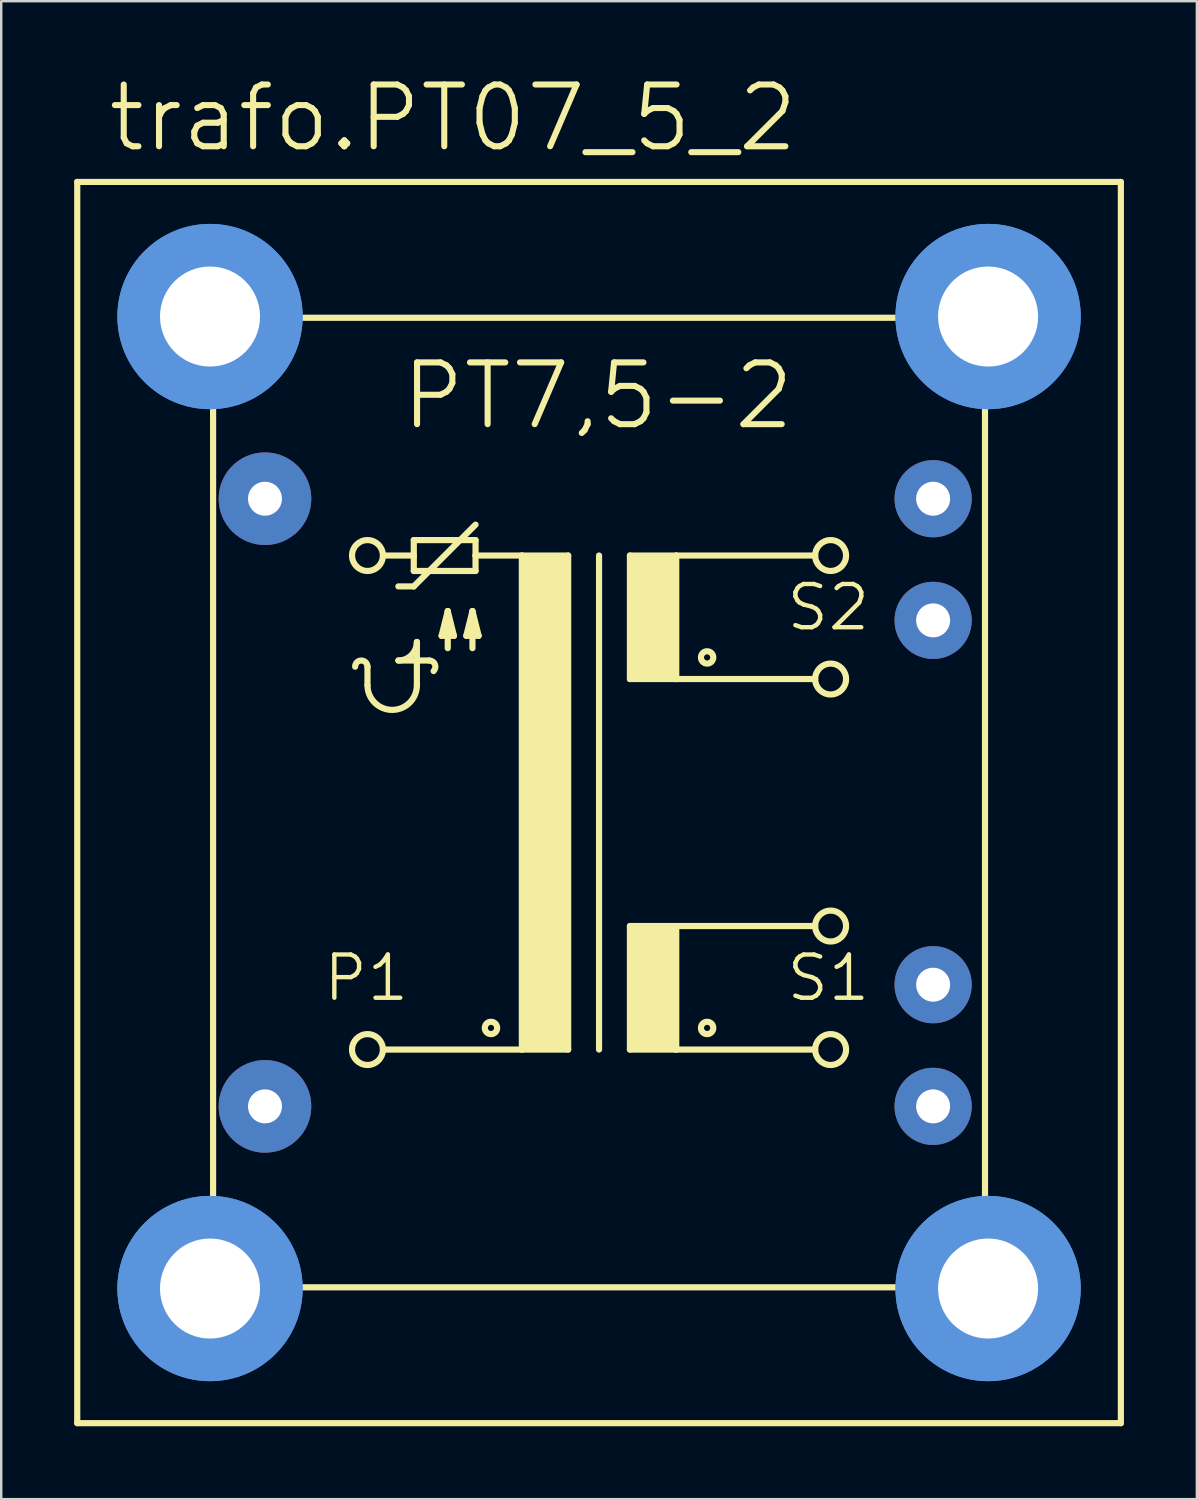
<source format=kicad_pcb>
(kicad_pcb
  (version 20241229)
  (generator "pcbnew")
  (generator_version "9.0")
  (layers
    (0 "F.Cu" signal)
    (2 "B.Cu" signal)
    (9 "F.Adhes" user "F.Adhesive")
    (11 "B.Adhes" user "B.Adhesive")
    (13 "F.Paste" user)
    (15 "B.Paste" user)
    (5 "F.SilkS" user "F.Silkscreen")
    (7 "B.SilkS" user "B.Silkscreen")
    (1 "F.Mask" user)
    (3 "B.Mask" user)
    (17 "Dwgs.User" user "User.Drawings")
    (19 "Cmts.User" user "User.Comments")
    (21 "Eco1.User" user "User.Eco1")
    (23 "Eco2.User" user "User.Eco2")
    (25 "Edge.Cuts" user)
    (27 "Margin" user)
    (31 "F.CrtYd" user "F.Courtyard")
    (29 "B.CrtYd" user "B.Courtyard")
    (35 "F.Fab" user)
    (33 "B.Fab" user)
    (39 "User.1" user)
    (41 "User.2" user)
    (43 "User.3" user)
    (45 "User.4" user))
  (footprint "trafo.PT07_5_2"
    (layer "F.Cu")
    (at 21.59 29.96)
    (property "Reference" "trafo.PT07_5_2" (at -20.32 -26.67 0) (layer "F.SilkS") (effects (font (size 2.54 2.54) (thickness 0.25)) (justify left bottom)))
    (attr through_hole)
    (fp_line (start -21.463 25.527) (end -21.463 -25.527) (stroke (width 0.254) (type default)) (layer "F.SilkS"))
    (fp_line (start -21.463 25.527) (end 21.463 25.527) (stroke (width 0.254) (type default)) (layer "F.SilkS"))
    (fp_line (start -15.875 17.653) (end -15.875 -17.653) (stroke (width 0.254) (type default)) (layer "F.SilkS"))
    (fp_line (start -13.716 -19.939) (end 13.716 -19.939) (stroke (width 0.254) (type default)) (layer "F.SilkS"))
    (fp_line (start -9.525 -4.826) (end -9.525 -5.588) (stroke (width 0.254) (type default)) (layer "F.SilkS"))
    (fp_line (start -8.89 -10.16) (end -7.62 -10.16) (stroke (width 0.254) (type default)) (layer "F.SilkS"))
    (fp_line (start -8.255 -8.89) (end -7.62 -8.89) (stroke (width 0.254) (type default)) (layer "F.SilkS"))
    (fp_line (start -8.255 -5.842) (end -6.985 -5.842) (stroke (width 0.254) (type default)) (layer "F.SilkS"))
    (fp_line (start -7.62 -10.795) (end -7.62 -10.16) (stroke (width 0.254) (type default)) (layer "F.SilkS"))
    (fp_line (start -7.62 -10.16) (end -7.62 -9.525) (stroke (width 0.254) (type default)) (layer "F.SilkS"))
    (fp_line (start -7.62 -9.525) (end -5.08 -9.525) (stroke (width 0.254) (type default)) (layer "F.SilkS"))
    (fp_line (start -7.62 -8.89) (end -5.08 -11.43) (stroke (width 0.254) (type default)) (layer "F.SilkS"))
    (fp_line (start -7.493 -4.826) (end -7.493 -6.604) (stroke (width 0.254) (type default)) (layer "F.SilkS"))
    (fp_line (start -6.477 -6.858) (end -5.969 -6.858) (stroke (width 0.254) (type default)) (layer "F.SilkS"))
    (fp_line (start -6.223 -7.874) (end -6.477 -6.858) (stroke (width 0.254) (type default)) (layer "F.SilkS"))
    (fp_line (start -6.223 -6.35) (end -6.223 -7.874) (stroke (width 0.254) (type default)) (layer "F.SilkS"))
    (fp_line (start -5.969 -6.858) (end -6.223 -7.874) (stroke (width 0.254) (type default)) (layer "F.SilkS"))
    (fp_line (start -5.461 -6.858) (end -4.953 -6.858) (stroke (width 0.254) (type default)) (layer "F.SilkS"))
    (fp_line (start -5.207 -7.874) (end -5.461 -6.858) (stroke (width 0.254) (type default)) (layer "F.SilkS"))
    (fp_line (start -5.207 -6.35) (end -5.207 -7.874) (stroke (width 0.254) (type default)) (layer "F.SilkS"))
    (fp_line (start -5.08 -10.795) (end -7.62 -10.795) (stroke (width 0.254) (type default)) (layer "F.SilkS"))
    (fp_line (start -5.08 -10.16) (end -5.08 -10.795) (stroke (width 0.254) (type default)) (layer "F.SilkS"))
    (fp_line (start -5.08 -10.16) (end -3.175 -10.16) (stroke (width 0.254) (type default)) (layer "F.SilkS"))
    (fp_line (start -5.08 -9.525) (end -5.08 -10.16) (stroke (width 0.254) (type default)) (layer "F.SilkS"))
    (fp_line (start -4.953 -6.858) (end -5.207 -7.874) (stroke (width 0.254) (type default)) (layer "F.SilkS"))
    (fp_line (start -3.175 -10.16) (end -3.175 10.16) (stroke (width 0.254) (type default)) (layer "F.SilkS"))
    (fp_line (start -3.175 -10.16) (end -1.27 -10.16) (stroke (width 0.254) (type default)) (layer "F.SilkS"))
    (fp_line (start -3.175 10.16) (end -8.89 10.16) (stroke (width 0.254) (type default)) (layer "F.SilkS"))
    (fp_line (start -1.27 -10.16) (end -1.27 10.16) (stroke (width 0.254) (type default)) (layer "F.SilkS"))
    (fp_line (start -1.27 10.16) (end -3.175 10.16) (stroke (width 0.254) (type default)) (layer "F.SilkS"))
    (fp_line (start 0 -10.16) (end 0 10.16) (stroke (width 0.254) (type default)) (layer "F.SilkS"))
    (fp_line (start 1.27 -10.16) (end 1.27 -5.08) (stroke (width 0.254) (type default)) (layer "F.SilkS"))
    (fp_line (start 1.27 -10.16) (end 3.175 -10.16) (stroke (width 0.254) (type default)) (layer "F.SilkS"))
    (fp_line (start 1.27 -5.08) (end 3.175 -5.08) (stroke (width 0.254) (type default)) (layer "F.SilkS"))
    (fp_line (start 1.27 5.08) (end 1.27 10.16) (stroke (width 0.254) (type default)) (layer "F.SilkS"))
    (fp_line (start 1.27 5.08) (end 3.175 5.08) (stroke (width 0.254) (type default)) (layer "F.SilkS"))
    (fp_line (start 1.27 10.16) (end 3.175 10.16) (stroke (width 0.254) (type default)) (layer "F.SilkS"))
    (fp_line (start 3.175 -10.16) (end 8.89 -10.16) (stroke (width 0.254) (type default)) (layer "F.SilkS"))
    (fp_line (start 3.175 -5.08) (end 3.175 -10.16) (stroke (width 0.254) (type default)) (layer "F.SilkS"))
    (fp_line (start 3.175 -5.08) (end 8.89 -5.08) (stroke (width 0.254) (type default)) (layer "F.SilkS"))
    (fp_line (start 3.175 5.08) (end 8.89 5.08) (stroke (width 0.254) (type default)) (layer "F.SilkS"))
    (fp_line (start 3.175 10.16) (end 3.175 5.08) (stroke (width 0.254) (type default)) (layer "F.SilkS"))
    (fp_line (start 3.175 10.16) (end 8.89 10.16) (stroke (width 0.254) (type default)) (layer "F.SilkS"))
    (fp_line (start 13.716 19.939) (end -13.716 19.939) (stroke (width 0.254) (type default)) (layer "F.SilkS"))
    (fp_line (start 15.875 -17.653) (end 15.875 17.653) (stroke (width 0.254) (type default)) (layer "F.SilkS"))
    (fp_line (start 21.463 -25.527) (end -21.463 -25.527) (stroke (width 0.254) (type default)) (layer "F.SilkS"))
    (fp_line (start 21.463 -25.527) (end 21.463 25.527) (stroke (width 0.254) (type default)) (layer "F.SilkS"))
    (fp_rect (start -3.175 10.16) (end -1.27 -10.16) (stroke (width 0.05) (type default)) (fill yes) (layer "F.SilkS"))
    (fp_rect (start 1.27 -5.08) (end 3.175 -10.16) (stroke (width 0.05) (type default)) (fill yes) (layer "F.SilkS"))
    (fp_rect (start 1.27 10.16) (end 3.175 5.08) (stroke (width 0.05) (type default)) (fill yes) (layer "F.SilkS"))
    (fp_arc (start -10.033 -5.588) (mid -9.779 -5.842) (end -9.525 -5.588) (stroke (width 0.254) (type default)) (layer "F.SilkS"))
    (fp_arc (start -7.493 -6.604) (mid -7.716185 -6.065185) (end -8.255 -5.842) (stroke (width 0.254) (type default)) (layer "F.SilkS"))
    (fp_arc (start -7.493 -4.826) (mid -8.509 -3.81) (end -9.525 -4.826) (stroke (width 0.254) (type default)) (layer "F.SilkS"))
    (fp_arc (start -6.985 -5.842) (mid -6.750338 -5.685203) (end -6.8054 -5.4084) (stroke (width 0.254) (type default)) (layer "F.SilkS"))
    (fp_circle (center -9.525 -10.16) (end -8.89 -10.16) (stroke (width 0.254) (type default)) (fill no) (layer "F.SilkS"))
    (fp_circle (center -9.525 10.16) (end -8.89 10.16) (stroke (width 0.254) (type default)) (fill no) (layer "F.SilkS"))
    (fp_circle (center -4.445 9.271) (end -4.191 9.271) (stroke (width 0.254) (type default)) (fill no) (layer "F.SilkS"))
    (fp_circle (center 4.445 -5.969) (end 4.699 -5.969) (stroke (width 0.254) (type default)) (fill no) (layer "F.SilkS"))
    (fp_circle (center 4.445 9.271) (end 4.699 9.271) (stroke (width 0.254) (type default)) (fill no) (layer "F.SilkS"))
    (fp_circle (center 9.525 -10.16) (end 10.16 -10.16) (stroke (width 0.254) (type default)) (fill no) (layer "F.SilkS"))
    (fp_circle (center 9.525 -5.08) (end 10.16 -5.08) (stroke (width 0.254) (type default)) (fill no) (layer "F.SilkS"))
    (fp_circle (center 9.525 5.08) (end 10.16 5.08) (stroke (width 0.254) (type default)) (fill no) (layer "F.SilkS"))
    (fp_circle (center 9.525 10.16) (end 10.16 10.16) (stroke (width 0.254) (type default)) (fill no) (layer "F.SilkS"))
    (fp_circle (center -16.002 -19.99) (end -13.081 -19.99) (stroke (width 1.778) (type default)) (fill no) (layer "Cmts.User"))
    (fp_circle (center -16.002 -19.99) (end -13.081 -19.99) (stroke (width 1.778) (type default)) (fill no) (layer "Cmts.User"))
    (fp_circle (center -16.002 19.99) (end -13.081 19.99) (stroke (width 1.778) (type default)) (fill no) (layer "Cmts.User"))
    (fp_circle (center -16.002 19.99) (end -13.081 19.99) (stroke (width 1.778) (type default)) (fill no) (layer "Cmts.User"))
    (fp_circle (center 16.002 -19.99) (end 18.923 -19.99) (stroke (width 1.778) (type default)) (fill no) (layer "Cmts.User"))
    (fp_circle (center 16.002 -19.99) (end 18.923 -19.99) (stroke (width 1.778) (type default)) (fill no) (layer "Cmts.User"))
    (fp_circle (center 16.002 19.99) (end 18.923 19.99) (stroke (width 1.778) (type default)) (fill no) (layer "Cmts.User"))
    (fp_circle (center 16.002 19.99) (end 18.923 19.99) (stroke (width 1.778) (type default)) (fill no) (layer "Cmts.User"))
    (fp_line (start -15.875 -19.939) (end -13.716 -19.939) (stroke (width 0.254) (type default)) (layer "F.Fab"))
    (fp_line (start -15.875 -17.653) (end -15.875 -19.939) (stroke (width 0.254) (type default)) (layer "F.Fab"))
    (fp_line (start -15.875 19.939) (end -15.875 17.653) (stroke (width 0.254) (type default)) (layer "F.Fab"))
    (fp_line (start -15.875 19.939) (end -13.716 19.939) (stroke (width 0.254) (type default)) (layer "F.Fab"))
    (fp_line (start 13.716 -19.939) (end 15.875 -19.939) (stroke (width 0.254) (type default)) (layer "F.Fab"))
    (fp_line (start 13.716 19.939) (end 15.875 19.939) (stroke (width 0.254) (type default)) (layer "F.Fab"))
    (fp_line (start 15.875 -17.653) (end 15.875 -19.939) (stroke (width 0.254) (type default)) (layer "F.Fab"))
    (fp_line (start 15.875 19.939) (end 15.875 17.653) (stroke (width 0.254) (type default)) (layer "F.Fab"))
    (fp_text user "P1" (at -11.43 8.255 0) (layer "F.SilkS") (effects (font (size 1.778 1.778) (thickness 0.18)) (justify left bottom)))
    (fp_text user "S2" (at 7.62 -6.985 0) (layer "F.SilkS") (effects (font (size 1.778 1.778) (thickness 0.18)) (justify left bottom)))
    (fp_text user "PT7,5-2" (at -8.255 -15.24 0) (layer "F.SilkS") (effects (font (size 2.54 2.54) (thickness 0.25)) (justify left bottom)))
    (fp_text user "S1" (at 7.62 8.255 0) (layer "F.SilkS") (effects (font (size 1.778 1.778) (thickness 0.18)) (justify left bottom)))
    (pad "" np_thru_hole circle (at -16.002 -19.99) (size 4.115 4.115) (drill 4.115) (layers "*.Cu" "*.Mask"))
    (pad "" np_thru_hole circle (at -16.002 19.99) (size 4.115 4.115) (drill 4.115) (layers "*.Cu" "*.Mask"))
    (pad "" np_thru_hole circle (at 16.002 -19.99) (size 4.115 4.115) (drill 4.115) (layers "*.Cu" "*.Mask"))
    (pad "" np_thru_hole circle (at 16.002 19.99) (size 4.115 4.115) (drill 4.115) (layers "*.Cu" "*.Mask"))
    (pad "1" thru_hole circle (at -13.741 -12.497) (size 3.81 3.81) (drill 1.397) (layers "*.Cu" "*.Mask"))
    (pad "2" thru_hole circle (at -13.741 12.497) (size 3.81 3.81) (drill 1.397) (layers "*.Cu" "*.Mask"))
    (pad "3" thru_hole circle (at 13.741 12.497) (size 3.175 3.175) (drill 1.397) (layers "*.Cu" "*.Mask"))
    (pad "4" thru_hole circle (at 13.741 7.493) (size 3.175 3.175) (drill 1.397) (layers "*.Cu" "*.Mask"))
    (pad "5" thru_hole circle (at 13.741 -7.493) (size 3.175 3.175) (drill 1.397) (layers "*.Cu" "*.Mask"))
    (pad "6" thru_hole circle (at 13.741 -12.497) (size 3.175 3.175) (drill 1.397) (layers "*.Cu" "*.Mask")))
  (gr_rect
    (start -3 -3)
    (end 46.18 58.614)
    (stroke (width 0.1) (type default))
    (fill no)
    (layer "Edge.Cuts")))
</source>
